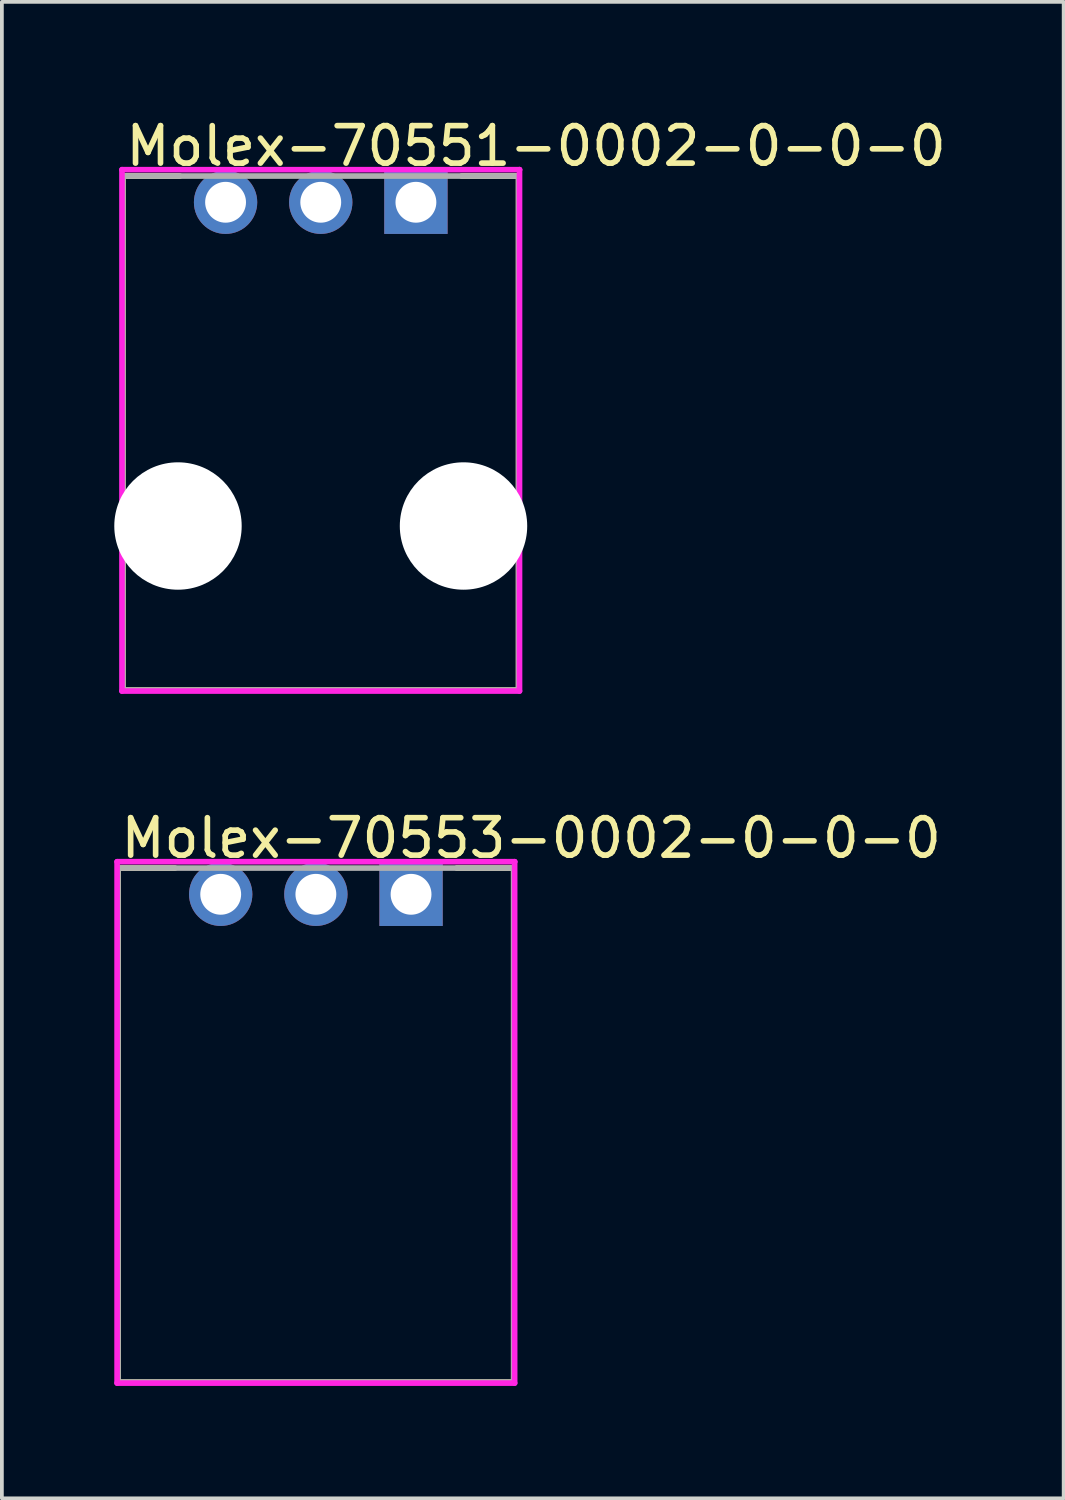
<source format=kicad_pcb>
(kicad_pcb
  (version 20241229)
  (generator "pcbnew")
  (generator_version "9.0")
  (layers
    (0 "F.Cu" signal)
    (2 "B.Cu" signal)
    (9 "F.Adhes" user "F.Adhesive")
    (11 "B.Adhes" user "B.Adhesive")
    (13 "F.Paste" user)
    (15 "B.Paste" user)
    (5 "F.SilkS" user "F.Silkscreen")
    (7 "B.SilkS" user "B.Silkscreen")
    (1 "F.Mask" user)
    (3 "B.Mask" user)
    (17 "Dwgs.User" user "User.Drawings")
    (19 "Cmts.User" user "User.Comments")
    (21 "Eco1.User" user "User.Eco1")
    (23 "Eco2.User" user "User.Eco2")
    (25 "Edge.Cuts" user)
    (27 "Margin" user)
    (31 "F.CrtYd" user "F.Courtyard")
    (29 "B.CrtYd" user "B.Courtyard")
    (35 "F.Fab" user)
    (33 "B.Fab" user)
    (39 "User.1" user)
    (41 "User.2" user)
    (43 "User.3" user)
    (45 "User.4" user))
  (footprint "Molex-70551-0002-0-0-0"
    (layer "F.Cu")
    (at 5.51 8.443)
    (property "Reference" "Molex-70551-0002-0-0-0" (at -5.28 -7.595 0) (layer "F.SilkS") (effects (font (size 1 1) (thickness 0.15)) (justify left)))
    (attr through_hole)
    (fp_line (start -5.28 -6.795) (end -3.76 -6.795) (stroke (width 0.15) (type solid)) (layer "F.SilkS"))
    (fp_line (start -5.28 6.925) (end -5.28 -6.795) (stroke (width 0.15) (type solid)) (layer "F.SilkS"))
    (fp_line (start -5.28 6.925) (end 5.28 6.925) (stroke (width 0.15) (type solid)) (layer "F.SilkS"))
    (fp_line (start 3.76 -6.795) (end 5.28 -6.795) (stroke (width 0.15) (type solid)) (layer "F.SilkS"))
    (fp_line (start 5.28 6.925) (end 5.28 -6.795) (stroke (width 0.15) (type solid)) (layer "F.SilkS"))
    (fp_line (start -5.305 -6.965) (end -5.305 6.95) (stroke (width 0.15) (type solid)) (layer "F.CrtYd"))
    (fp_line (start -5.305 6.95) (end 5.305 6.95) (stroke (width 0.15) (type solid)) (layer "F.CrtYd"))
    (fp_line (start 5.305 -6.965) (end -5.305 -6.965) (stroke (width 0.15) (type solid)) (layer "F.CrtYd"))
    (fp_line (start 5.305 -6.965) (end 5.305 -6.965) (stroke (width 0.15) (type solid)) (layer "F.CrtYd"))
    (fp_line (start 5.305 6.95) (end 5.305 -6.965) (stroke (width 0.15) (type solid)) (layer "F.CrtYd"))
    (fp_line (start -5.28 -6.795) (end 5.28 -6.795) (stroke (width 0.15) (type solid)) (layer "F.Fab"))
    (fp_line (start -5.28 6.925) (end -5.28 -6.795) (stroke (width 0.15) (type solid)) (layer "F.Fab"))
    (fp_line (start 5.28 -6.795) (end 5.28 6.925) (stroke (width 0.15) (type solid)) (layer "F.Fab"))
    (fp_line (start 5.28 6.925) (end -5.28 6.925) (stroke (width 0.15) (type solid)) (layer "F.Fab"))
    (pad "" np_thru_hole circle (at -3.81 2.545) (size 3.4 3.4) (drill 3.4) (layers "*.Cu" "*.Mask"))
    (pad "" np_thru_hole circle (at 3.81 2.545) (size 3.4 3.4) (drill 3.4) (layers "*.Cu" "*.Mask"))
    (pad "1" thru_hole rect (at 2.54 -6.095) (size 1.69 1.69) (drill 1.09) (layers "*.Cu"))
    (pad "2" thru_hole circle (at 0 -6.095) (size 1.69 1.69) (drill 1.09) (layers "*.Cu"))
    (pad "3" thru_hole circle (at -2.54 -6.095) (size 1.69 1.69) (drill 1.09) (layers "*.Cu")))
  (footprint "Molex-70553-0002-0-0-0"
    (layer "F.Cu")
    (at 5.38 26.912)
    (property "Reference" "Molex-70553-0002-0-0-0" (at -5.28 -7.595 0) (layer "F.SilkS") (effects (font (size 1 1) (thickness 0.15)) (justify left)))
    (attr through_hole)
    (fp_line (start -5.28 -6.795) (end -3.76 -6.795) (stroke (width 0.15) (type solid)) (layer "F.SilkS"))
    (fp_line (start -5.28 6.925) (end -5.28 -6.795) (stroke (width 0.15) (type solid)) (layer "F.SilkS"))
    (fp_line (start -5.28 6.925) (end 5.28 6.925) (stroke (width 0.15) (type solid)) (layer "F.SilkS"))
    (fp_line (start 3.76 -6.795) (end 5.28 -6.795) (stroke (width 0.15) (type solid)) (layer "F.SilkS"))
    (fp_line (start 5.28 6.925) (end 5.28 -6.795) (stroke (width 0.15) (type solid)) (layer "F.SilkS"))
    (fp_line (start -5.305 -6.965) (end -5.305 6.95) (stroke (width 0.15) (type solid)) (layer "F.CrtYd"))
    (fp_line (start -5.305 6.95) (end 5.305 6.95) (stroke (width 0.15) (type solid)) (layer "F.CrtYd"))
    (fp_line (start 5.305 -6.965) (end -5.305 -6.965) (stroke (width 0.15) (type solid)) (layer "F.CrtYd"))
    (fp_line (start 5.305 -6.965) (end 5.305 -6.965) (stroke (width 0.15) (type solid)) (layer "F.CrtYd"))
    (fp_line (start 5.305 6.95) (end 5.305 -6.965) (stroke (width 0.15) (type solid)) (layer "F.CrtYd"))
    (fp_line (start -5.28 -6.795) (end 5.28 -6.795) (stroke (width 0.15) (type solid)) (layer "F.Fab"))
    (fp_line (start -5.28 6.925) (end -5.28 -6.795) (stroke (width 0.15) (type solid)) (layer "F.Fab"))
    (fp_line (start 5.28 -6.795) (end 5.28 6.925) (stroke (width 0.15) (type solid)) (layer "F.Fab"))
    (fp_line (start 5.28 6.925) (end -5.28 6.925) (stroke (width 0.15) (type solid)) (layer "F.Fab"))
    (pad "1" thru_hole rect (at 2.54 -6.095) (size 1.69 1.69) (drill 1.09) (layers "*.Cu"))
    (pad "2" thru_hole circle (at 0 -6.095) (size 1.69 1.69) (drill 1.09) (layers "*.Cu"))
    (pad "3" thru_hole circle (at -2.54 -6.095) (size 1.69 1.69) (drill 1.09) (layers "*.Cu")))
  (gr_rect
    (start -3 -3)
    (end 25.337 36.937)
    (stroke (width 0.1) (type default))
    (fill no)
    (layer "Edge.Cuts")))
</source>
